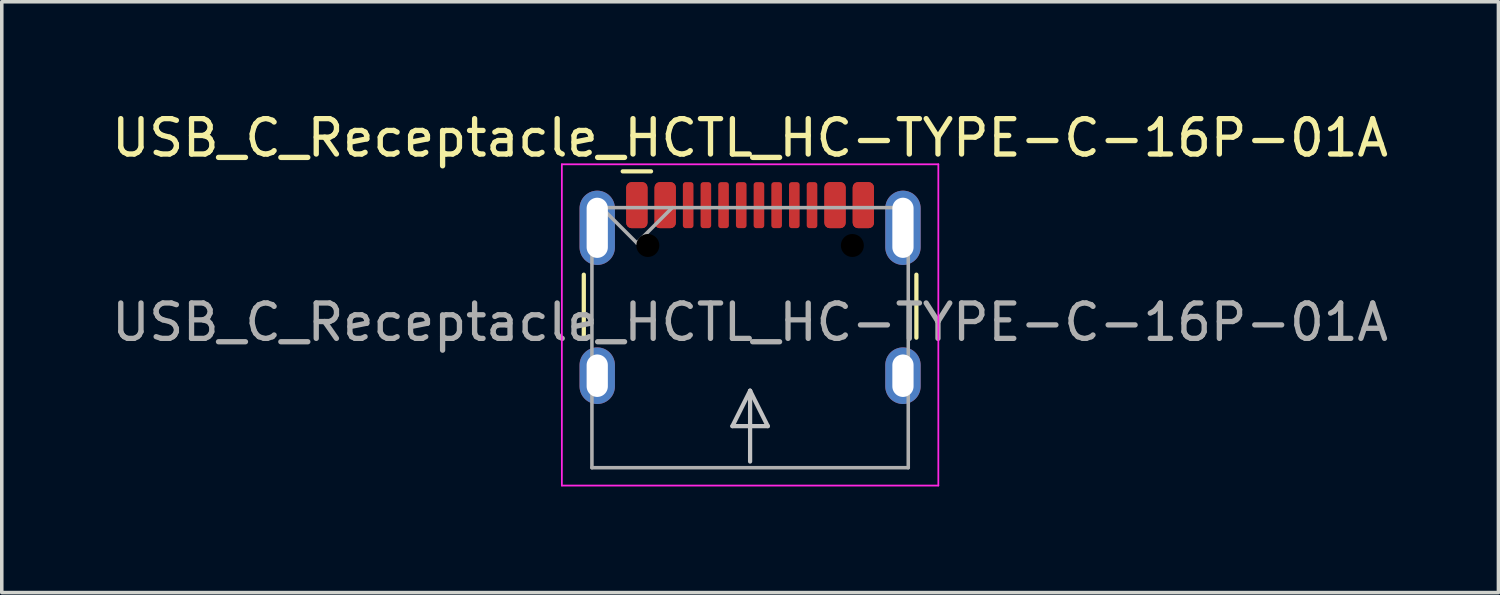
<source format=kicad_pcb>
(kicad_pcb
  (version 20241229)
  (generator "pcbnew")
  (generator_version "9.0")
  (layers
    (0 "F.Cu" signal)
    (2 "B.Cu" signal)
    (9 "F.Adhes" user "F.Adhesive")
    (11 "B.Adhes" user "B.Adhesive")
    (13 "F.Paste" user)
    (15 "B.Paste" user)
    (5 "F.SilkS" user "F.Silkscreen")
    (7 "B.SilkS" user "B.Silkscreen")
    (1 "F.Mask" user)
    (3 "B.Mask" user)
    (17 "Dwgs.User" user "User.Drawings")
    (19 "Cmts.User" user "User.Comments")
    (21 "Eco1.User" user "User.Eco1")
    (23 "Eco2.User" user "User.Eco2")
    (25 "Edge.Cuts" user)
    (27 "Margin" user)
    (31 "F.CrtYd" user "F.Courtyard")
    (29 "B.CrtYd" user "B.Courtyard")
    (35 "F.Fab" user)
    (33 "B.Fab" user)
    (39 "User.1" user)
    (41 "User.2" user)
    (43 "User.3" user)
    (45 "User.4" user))
  (footprint "USB_C_Receptacle_HCTL_HC-TYPE-C-16P-01A"
    (layer "F.Cu")
    (at 18.149 6.493)
    (property "Reference" "USB_C_Receptacle_HCTL_HC-TYPE-C-16P-01A" (at 0 -5.645 0) (layer "F.SilkS") (effects (font (size 1 1) (thickness 0.15))))
    (attr smd)
    (fp_line (start -4.7 -1.78) (end -4.7 0) (stroke (width 0.12) (type solid)) (layer "F.SilkS"))
    (fp_line (start -2.8 -4.7) (end -3.6 -4.7) (stroke (width 0.12) (type default)) (layer "F.SilkS"))
    (fp_line (start 4.7 -1.78) (end 4.7 0) (stroke (width 0.12) (type solid)) (layer "F.SilkS"))
    (fp_line (start -0.5 2.5) (end 0 1.5) (stroke (width 0.12) (type default)) (layer "Dwgs.User"))
    (fp_line (start 0 1.5) (end 0.5 2.5) (stroke (width 0.12) (type default)) (layer "Dwgs.User"))
    (fp_line (start 0 3.5) (end 0 1.5) (stroke (width 0.12) (type default)) (layer "Dwgs.User"))
    (fp_line (start 0.5 2.5) (end -0.5 2.5) (stroke (width 0.12) (type default)) (layer "Dwgs.User"))
    (fp_line (start -5.32 -4.9) (end -5.32 4.18) (stroke (width 0.05) (type solid)) (layer "F.CrtYd"))
    (fp_line (start -5.32 -4.9) (end 5.32 -4.9) (stroke (width 0.05) (type solid)) (layer "F.CrtYd"))
    (fp_line (start -5.32 4.18) (end 5.32 4.18) (stroke (width 0.05) (type solid)) (layer "F.CrtYd"))
    (fp_line (start 5.32 -4.9) (end 5.32 4.18) (stroke (width 0.05) (type solid)) (layer "F.CrtYd"))
    (fp_line (start -4.47 -3.675) (end -4.47 3.675) (stroke (width 0.1) (type solid)) (layer "F.Fab"))
    (fp_line (start -4.47 -3.675) (end 4.47 -3.675) (stroke (width 0.1) (type solid)) (layer "F.Fab"))
    (fp_line (start -4.47 3.675) (end 4.47 3.675) (stroke (width 0.1) (type solid)) (layer "F.Fab"))
    (fp_line (start -3.2 -2.675) (end -4.2 -3.675) (stroke (width 0.1) (type default)) (layer "F.Fab"))
    (fp_line (start -3.2 -2.675) (end -2.2 -3.675) (stroke (width 0.1) (type default)) (layer "F.Fab"))
    (fp_line (start 4.47 -3.675) (end 4.47 3.675) (stroke (width 0.1) (type solid)) (layer "F.Fab"))
    (fp_text user "${REFERENCE}" (at 0 -0.435 0) (unlocked yes) (layer "F.Fab") (effects (font (size 1 1) (thickness 0.15))))
    (pad "" np_thru_hole circle (at -2.89 -2.605) (size 0.65 0.65) (drill 0.65) (layers "*.Mask"))
    (pad "" np_thru_hole circle (at 2.89 -2.605) (size 0.65 0.65) (drill 0.65) (layers "*.Mask"))
    (pad "A1" smd roundrect (at -3.2 -3.745) (size 0.6 1.3) (layers "F.Cu" "F.Mask" "F.Paste") (roundrect_rratio 0.25))
    (pad "A4" smd roundrect (at -2.4 -3.745) (size 0.6 1.3) (layers "F.Cu" "F.Mask" "F.Paste") (roundrect_rratio 0.25))
    (pad "A5" smd roundrect (at -1.25 -3.745) (size 0.3 1.3) (layers "F.Cu" "F.Mask" "F.Paste") (roundrect_rratio 0.25))
    (pad "A6" smd roundrect (at -0.25 -3.745) (size 0.3 1.3) (layers "F.Cu" "F.Mask" "F.Paste") (roundrect_rratio 0.25))
    (pad "A7" smd roundrect (at 0.25 -3.745) (size 0.3 1.3) (layers "F.Cu" "F.Mask" "F.Paste") (roundrect_rratio 0.25))
    (pad "A8" smd roundrect (at 1.25 -3.745) (size 0.3 1.3) (layers "F.Cu" "F.Mask" "F.Paste") (roundrect_rratio 0.25))
    (pad "A9" smd roundrect (at 2.4 -3.745) (size 0.6 1.3) (layers "F.Cu" "F.Mask" "F.Paste") (roundrect_rratio 0.25))
    (pad "A12" smd roundrect (at 3.2 -3.745) (size 0.6 1.3) (layers "F.Cu" "F.Mask" "F.Paste") (roundrect_rratio 0.25))
    (pad "B1" smd roundrect (at 3.2 -3.745) (size 0.6 1.3) (layers "F.Cu" "F.Mask" "F.Paste") (roundrect_rratio 0.25))
    (pad "B4" smd roundrect (at 2.4 -3.745) (size 0.6 1.3) (layers "F.Cu" "F.Mask" "F.Paste") (roundrect_rratio 0.25))
    (pad "B5" smd roundrect (at 1.75 -3.745) (size 0.3 1.3) (layers "F.Cu" "F.Mask" "F.Paste") (roundrect_rratio 0.25))
    (pad "B6" smd roundrect (at 0.75 -3.745) (size 0.3 1.3) (layers "F.Cu" "F.Mask" "F.Paste") (roundrect_rratio 0.25))
    (pad "B7" smd roundrect (at -0.75 -3.745) (size 0.3 1.3) (layers "F.Cu" "F.Mask" "F.Paste") (roundrect_rratio 0.25))
    (pad "B8" smd roundrect (at -1.75 -3.745) (size 0.3 1.3) (layers "F.Cu" "F.Mask" "F.Paste") (roundrect_rratio 0.25))
    (pad "B9" smd roundrect (at -2.4 -3.745) (size 0.6 1.3) (layers "F.Cu" "F.Mask" "F.Paste") (roundrect_rratio 0.25))
    (pad "B12" smd roundrect (at -3.2 -3.745) (size 0.6 1.3) (layers "F.Cu" "F.Mask" "F.Paste") (roundrect_rratio 0.25))
    (pad "S1" thru_hole oval (at -4.32 -3.105) (size 1 2.1) (drill oval 0.6 1.7) (layers "*.Cu" "*.Mask"))
    (pad "S1" thru_hole oval (at -4.32 1.075) (size 1 1.6) (drill oval 0.6 1.2) (layers "*.Cu" "*.Mask"))
    (pad "S1" thru_hole oval (at 4.32 -3.105) (size 1 2.1) (drill oval 0.6 1.7) (layers "*.Cu" "*.Mask"))
    (pad "S1" thru_hole oval (at 4.32 1.075) (size 1 1.6) (drill oval 0.6 1.2) (layers "*.Cu" "*.Mask")))
  (gr_rect
    (start -3 -3)
    (end 39.298 13.698)
    (stroke (width 0.1) (type default))
    (fill no)
    (layer "Edge.Cuts")))
</source>
